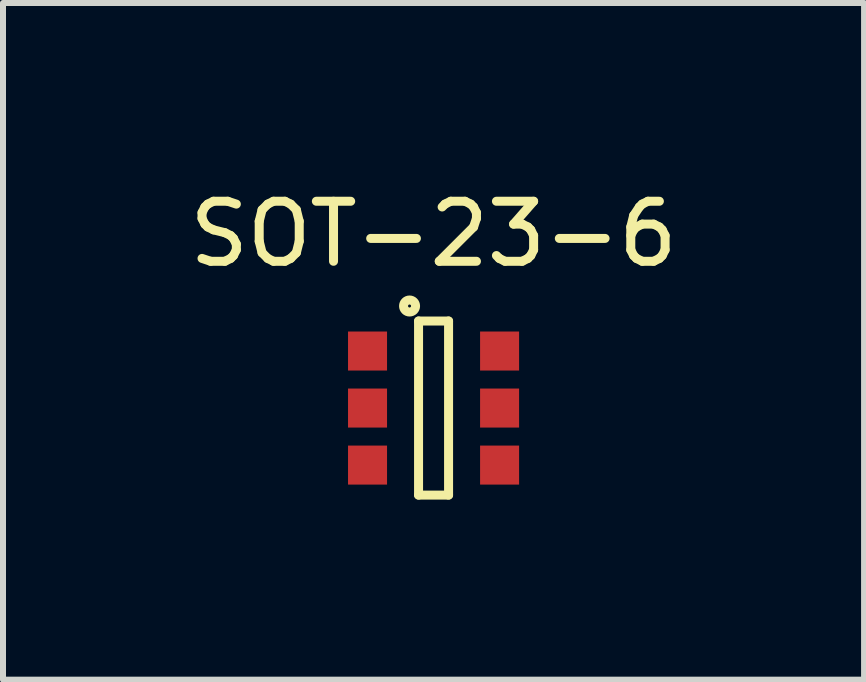
<source format=kicad_pcb>
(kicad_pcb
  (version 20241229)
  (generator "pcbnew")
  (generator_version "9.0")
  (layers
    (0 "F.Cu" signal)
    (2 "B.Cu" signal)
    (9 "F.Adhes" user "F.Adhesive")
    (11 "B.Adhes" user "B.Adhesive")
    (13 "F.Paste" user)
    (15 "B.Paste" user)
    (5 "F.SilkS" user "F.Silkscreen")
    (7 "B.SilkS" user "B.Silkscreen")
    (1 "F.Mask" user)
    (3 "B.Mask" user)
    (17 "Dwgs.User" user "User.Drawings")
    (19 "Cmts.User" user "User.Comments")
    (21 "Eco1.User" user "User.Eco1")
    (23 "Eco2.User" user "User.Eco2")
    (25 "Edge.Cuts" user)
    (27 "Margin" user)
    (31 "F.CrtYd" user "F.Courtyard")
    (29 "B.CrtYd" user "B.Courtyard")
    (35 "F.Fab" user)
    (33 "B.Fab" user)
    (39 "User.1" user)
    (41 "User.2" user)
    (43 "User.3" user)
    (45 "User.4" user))
  (footprint "SOT-23-6"
    (layer "F.Cu")
    (at 4.173 3.748)
    (property "Reference" "SOT-23-6" (at 0 -2.9 0) (layer "F.SilkS") (effects (font (size 1 1) (thickness 0.15))))
    (attr smd)
    (fp_line (start -0.25 -1.45) (end -0.25 1.45) (stroke (width 0.15) (type solid)) (layer "F.SilkS"))
    (fp_line (start -0.25 1.45) (end 0.25 1.45) (stroke (width 0.15) (type solid)) (layer "F.SilkS"))
    (fp_line (start 0.25 -1.45) (end -0.25 -1.45) (stroke (width 0.15) (type solid)) (layer "F.SilkS"))
    (fp_line (start 0.25 1.45) (end 0.25 -1.45) (stroke (width 0.15) (type solid)) (layer "F.SilkS"))
    (fp_circle (center -0.4 -1.7) (end -0.3 -1.7) (stroke (width 0.15) (type solid)) (fill no) (layer "F.SilkS"))
    (pad "1" smd rect (at -1.1 -0.95) (size 0.65 0.65) (layers "F.Cu" "F.Mask" "F.Paste"))
    (pad "2" smd rect (at -1.1 0) (size 0.65 0.65) (layers "F.Cu" "F.Mask" "F.Paste"))
    (pad "3" smd rect (at -1.1 0.95) (size 0.65 0.65) (layers "F.Cu" "F.Mask" "F.Paste"))
    (pad "4" smd rect (at 1.1 0.95) (size 0.65 0.65) (layers "F.Cu" "F.Mask" "F.Paste"))
    (pad "5" smd rect (at 1.1 0) (size 0.65 0.65) (layers "F.Cu" "F.Mask" "F.Paste"))
    (pad "6" smd rect (at 1.1 -0.95) (size 0.65 0.65) (layers "F.Cu" "F.Mask" "F.Paste")))
  (gr_rect
    (start -3 -3)
    (end 11.345 8.273)
    (stroke (width 0.1) (type default))
    (fill no)
    (layer "Edge.Cuts")))
</source>
